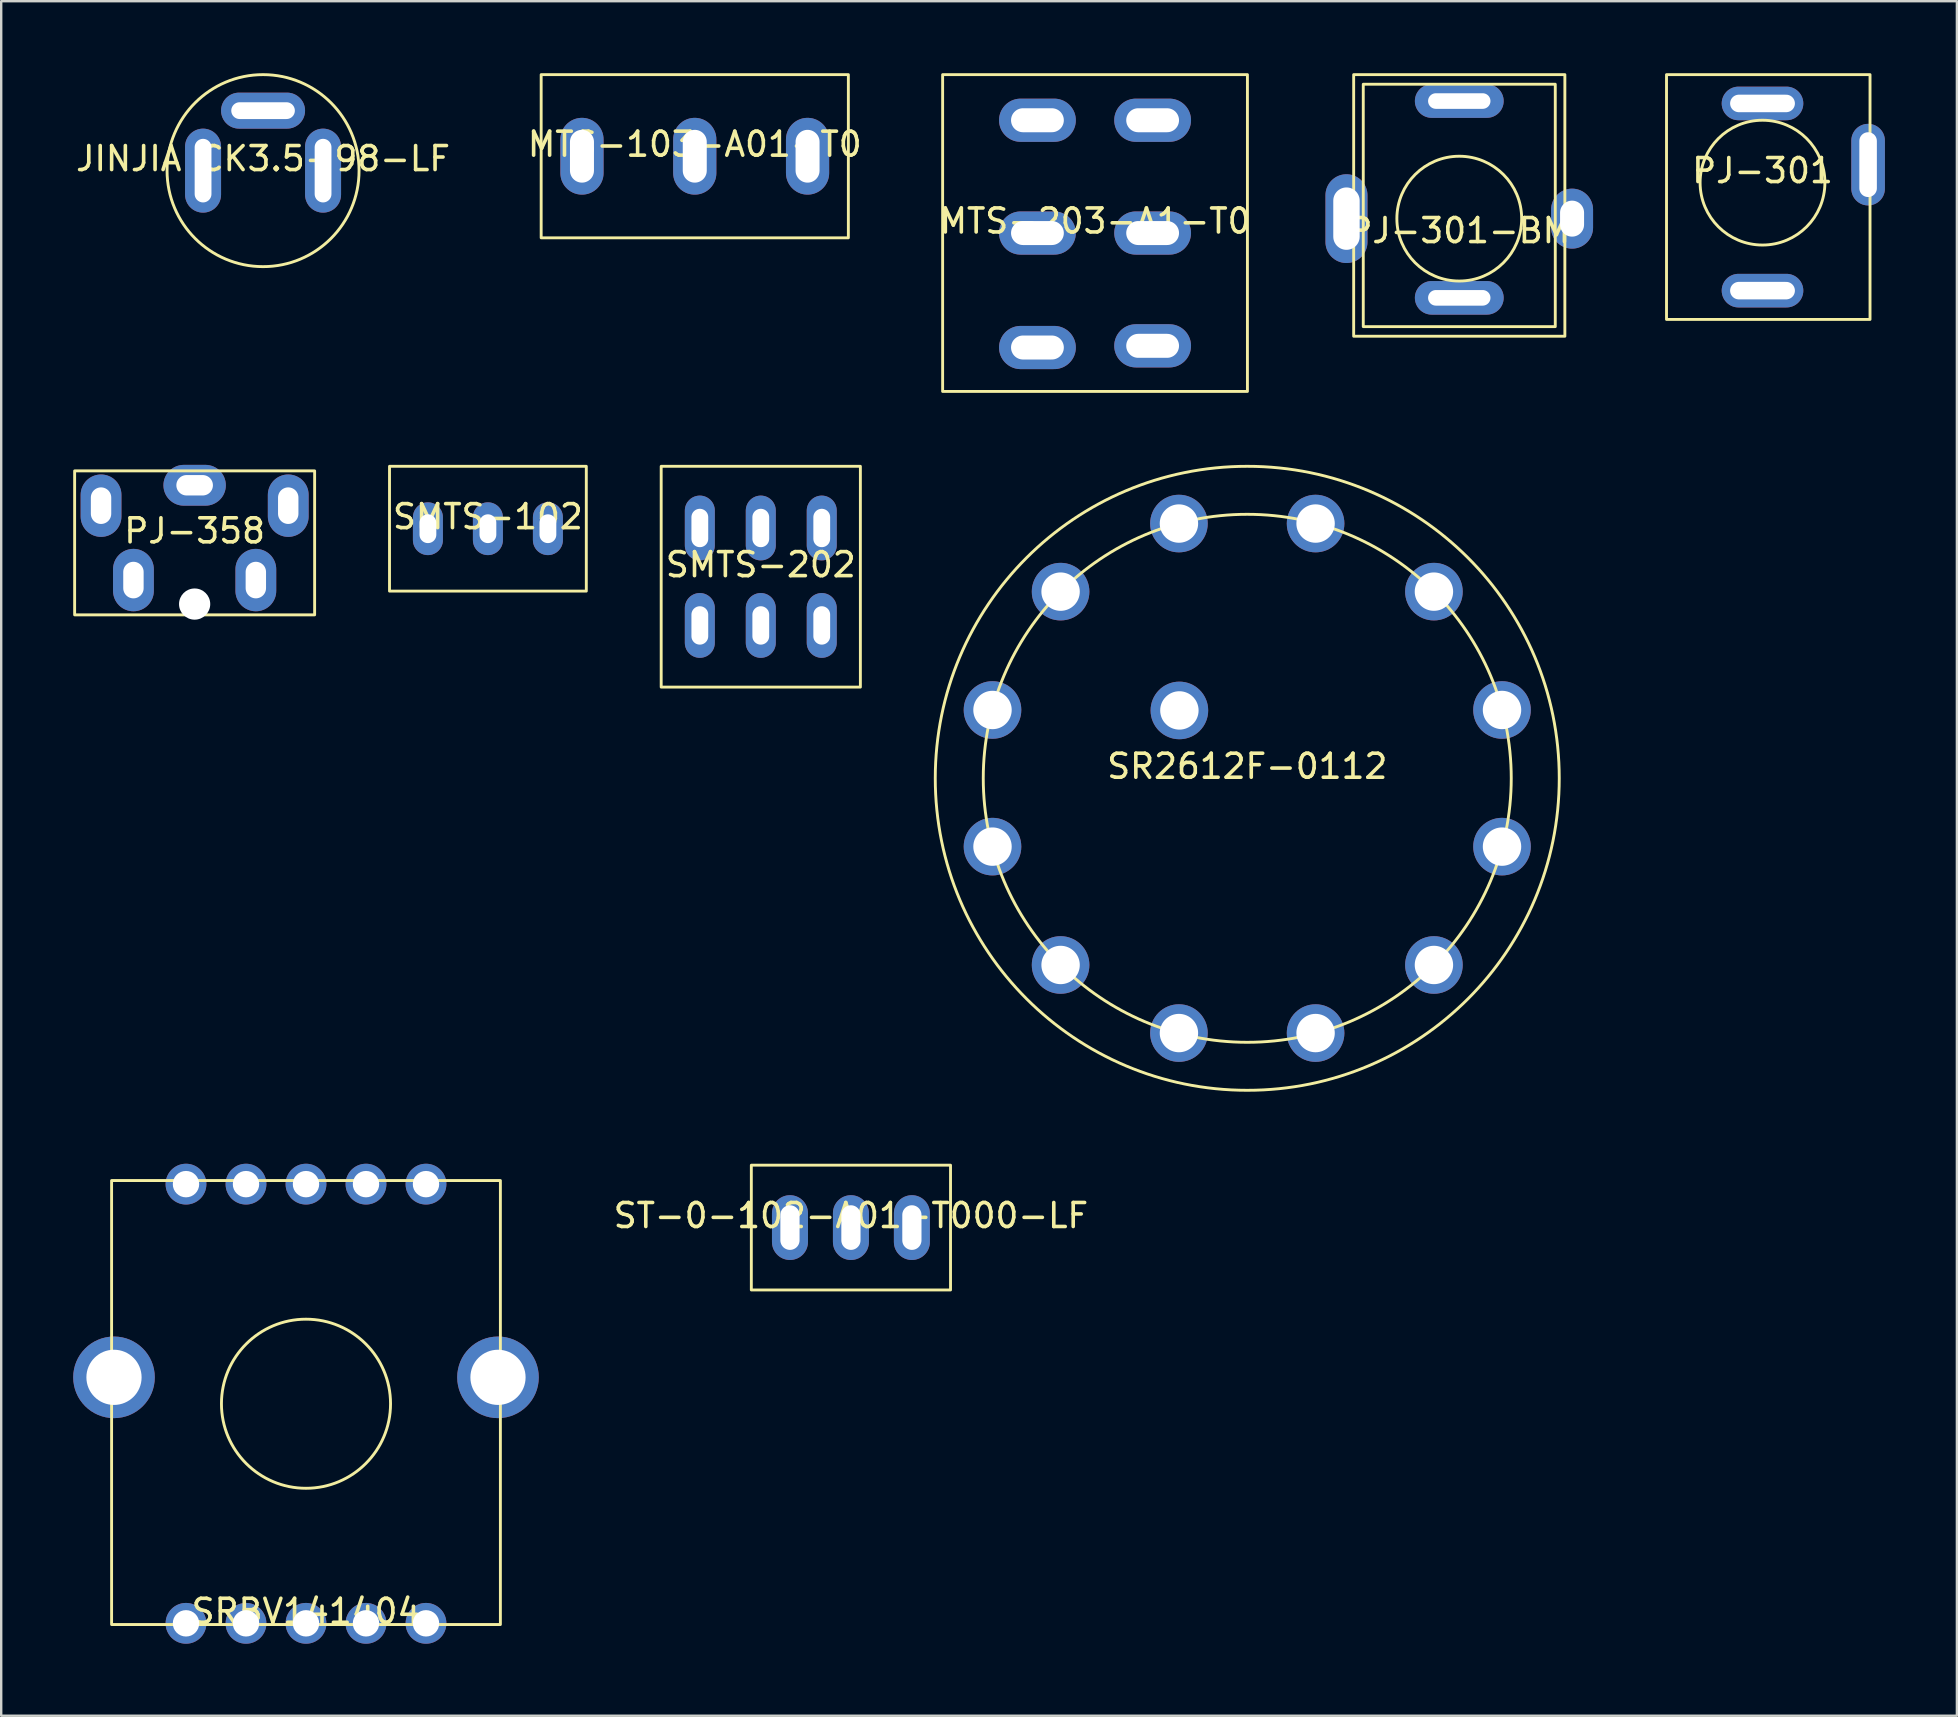
<source format=kicad_pcb>
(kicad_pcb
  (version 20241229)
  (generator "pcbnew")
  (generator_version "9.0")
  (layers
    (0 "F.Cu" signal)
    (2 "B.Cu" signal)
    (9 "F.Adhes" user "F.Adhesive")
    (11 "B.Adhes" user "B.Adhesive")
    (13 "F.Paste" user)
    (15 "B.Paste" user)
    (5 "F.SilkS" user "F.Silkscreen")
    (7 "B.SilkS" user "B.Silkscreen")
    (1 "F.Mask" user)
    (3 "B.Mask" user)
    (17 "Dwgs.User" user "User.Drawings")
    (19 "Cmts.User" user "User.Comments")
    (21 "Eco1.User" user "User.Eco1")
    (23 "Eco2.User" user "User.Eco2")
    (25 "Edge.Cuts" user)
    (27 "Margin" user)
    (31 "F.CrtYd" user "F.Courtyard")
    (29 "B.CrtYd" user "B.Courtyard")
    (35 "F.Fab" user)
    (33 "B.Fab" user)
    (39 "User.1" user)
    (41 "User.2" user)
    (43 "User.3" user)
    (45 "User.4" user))
  (footprint "JINJIA CK3.5-98-LF"
    (layer "F.Cu")
    (at 7.911 4.06)
    (property "Reference" "JINJIA CK3.5-98-LF" (at 0 -0.5 0) (unlocked yes) (layer "F.SilkS") (effects (font (size 1 1) (thickness 0.15))))
    (attr through_hole)
    (fp_circle (center 0 0) (end 4 0) (stroke (width 0.12) (type default)) (fill no) (layer "F.SilkS"))
    (pad "1" thru_hole oval (at 0 -2.5 270) (size 1.5 3.5) (drill oval 0.7 2.65) (layers "*.Cu" "*.Mask"))
    (pad "2" thru_hole oval (at 2.5 0) (size 1.5 3.5) (drill oval 0.7 2.65) (layers "*.Cu" "*.Mask"))
    (pad "3" thru_hole oval (at -2.5 0 180) (size 1.5 3.5) (drill oval 0.7 2.65) (layers "*.Cu" "*.Mask")))
  (footprint "PJ-358"
    (layer "F.Cu")
    (at 5.06 19.57)
    (property "Reference" "PJ-358" (at 0 -0.5 0) (unlocked yes) (layer "F.SilkS") (effects (font (size 1 1) (thickness 0.15))))
    (attr through_hole)
    (fp_rect (start -5 3) (end 5 -3) (stroke (width 0.12) (type default)) (fill no) (layer "F.SilkS"))
    (pad "" np_thru_hole circle (at 0 2.55 90) (size 1.3 1.3) (drill 1.3) (layers "*.Cu" "*.Mask"))
    (pad "S" thru_hole oval (at 0 -2.4 90) (size 1.7 2.6) (drill oval 0.85 1.524) (layers "*.Cu" "*.Mask"))
    (pad "T" thru_hole oval (at -3.9 -1.55) (size 1.7 2.6) (drill oval 0.85 1.524) (layers "*.Cu" "*.Mask"))
    (pad "T" thru_hole oval (at -2.55 1.55) (size 1.7 2.6) (drill oval 0.85 1.524) (layers "*.Cu" "*.Mask"))
    (pad "T2" thru_hole oval (at 2.55 1.55) (size 1.7 2.6) (drill oval 0.85 1.524) (layers "*.Cu" "*.Mask"))
    (pad "T2" thru_hole oval (at 3.9 -1.55) (size 1.7 2.6) (drill oval 0.85 1.524) (layers "*.Cu" "*.Mask")))
  (footprint "SRBV141404"
    (layer "F.Cu")
    (at 9.7 55.44)
    (property "Reference" "SRBV141404" (at 0 8.65 0) (unlocked yes) (layer "F.SilkS") (effects (font (size 1 1) (thickness 0.15))))
    (attr through_hole)
    (fp_rect (start -8.1 -9.3) (end 8.1 9.2) (stroke (width 0.12) (type default)) (fill no) (layer "F.SilkS"))
    (fp_circle (center 0 0) (end 2 -2.9) (stroke (width 0.12) (type default)) (fill no) (layer "F.SilkS"))
    (pad "1" thru_hole circle (at 5 9.15) (size 1.7 1.7) (drill 1.1) (layers "*.Cu" "*.Mask"))
    (pad "2" thru_hole circle (at 2.5 9.15) (size 1.7 1.7) (drill 1.1) (layers "*.Cu" "*.Mask"))
    (pad "3" thru_hole circle (at -8 -1.1) (size 3.4 3.4) (drill 2.3) (layers "*.Cu" "*.Mask"))
    (pad "3" thru_hole circle (at 0 9.15) (size 1.7 1.7) (drill 1.1) (layers "*.Cu" "*.Mask"))
    (pad "3" thru_hole circle (at 8 -1.1) (size 3.4 3.4) (drill 2.3) (layers "*.Cu" "*.Mask"))
    (pad "4" thru_hole circle (at -2.5 9.15) (size 1.7 1.7) (drill 1.1) (layers "*.Cu" "*.Mask"))
    (pad "5" thru_hole circle (at -5 9.15) (size 1.7 1.7) (drill 1.1) (layers "*.Cu" "*.Mask"))
    (pad "6" thru_hole circle (at -5 -9.15) (size 1.7 1.7) (drill 1.1) (layers "*.Cu" "*.Mask"))
    (pad "7" thru_hole circle (at -2.5 -9.15) (size 1.7 1.7) (drill 1.1) (layers "*.Cu" "*.Mask"))
    (pad "8" thru_hole circle (at 0 -9.15) (size 1.7 1.7) (drill 1.1) (layers "*.Cu" "*.Mask"))
    (pad "9" thru_hole circle (at 2.5 -9.15) (size 1.7 1.7) (drill 1.1) (layers "*.Cu" "*.Mask"))
    (pad "10" thru_hole circle (at 5 -9.15) (size 1.7 1.7) (drill 1.1) (layers "*.Cu" "*.Mask")))
  (footprint "MTS-103-A01-T0"
    (layer "F.Cu")
    (at 25.899 3.46)
    (property "Reference" "MTS-103-A01-T0" (at 0 -0.5 0) (unlocked yes) (layer "F.SilkS") (effects (font (size 1 1) (thickness 0.15))))
    (attr through_hole)
    (fp_rect (start -6.4 -3.4) (end 6.4 3.4) (stroke (width 0.12) (type default)) (fill no) (layer "F.SilkS"))
    (pad "1" thru_hole oval (at 4.7 0 270) (size 3.2 1.8) (drill oval 2.2 1) (layers "*.Cu" "*.Mask"))
    (pad "2" thru_hole oval (at 0 0 270) (size 3.2 1.8) (drill oval 2.2 1) (layers "*.Cu" "*.Mask"))
    (pad "3" thru_hole oval (at -4.7 0 270) (size 3.2 1.8) (drill oval 2.2 1) (layers "*.Cu" "*.Mask")))
  (footprint "SMTS-202"
    (layer "F.Cu")
    (at 28.65 20.98)
    (property "Reference" "SMTS-202" (at 0 -0.5 0) (unlocked yes) (layer "F.SilkS") (effects (font (size 1 1) (thickness 0.15))))
    (attr smd)
    (fp_rect (start -4.15 -4.6) (end 4.15 4.6) (stroke (width 0.12) (type default)) (fill no) (layer "F.SilkS"))
    (pad "1" thru_hole oval (at -2.54 -2.03 270) (size 2.7 1.25) (drill oval 1.6 0.7) (layers "*.Cu" "*.Mask"))
    (pad "2" thru_hole oval (at 0 -2.03 270) (size 2.7 1.25) (drill oval 1.6 0.7) (layers "*.Cu" "*.Mask"))
    (pad "3" thru_hole oval (at 2.54 -2.03 270) (size 2.7 1.25) (drill oval 1.6 0.7) (layers "*.Cu" "*.Mask"))
    (pad "4" thru_hole oval (at -2.54 2.03 270) (size 2.7 1.25) (drill oval 1.6 0.7) (layers "*.Cu" "*.Mask"))
    (pad "5" thru_hole oval (at 0 2.03 270) (size 2.7 1.25) (drill oval 1.6 0.7) (layers "*.Cu" "*.Mask"))
    (pad "6" thru_hole oval (at 2.54 2.03 270) (size 2.7 1.25) (drill oval 1.6 0.7) (layers "*.Cu" "*.Mask")))
  (footprint "ST-0-102-A01-T000-LF"
    (layer "F.Cu")
    (at 32.406 48.1)
    (property "Reference" "ST-0-102-A01-T000-LF" (at 0 -0.5 0) (unlocked yes) (layer "F.SilkS") (effects (font (size 1 1) (thickness 0.15))))
    (attr through_hole)
    (fp_rect (start -4.15 -2.6) (end 4.15 2.6) (stroke (width 0.12) (type default)) (fill no) (layer "F.SilkS"))
    (pad "1" thru_hole oval (at -2.54 0 90) (size 2.7 1.5) (drill oval 1.86 0.8) (layers "*.Cu" "*.Mask"))
    (pad "2" thru_hole oval (at 0 0 90) (size 2.7 1.5) (drill oval 1.86 0.8) (layers "*.Cu" "*.Mask"))
    (pad "3" thru_hole oval (at 2.54 0 90) (size 2.7 1.5) (drill oval 1.86 0.8) (layers "*.Cu" "*.Mask")))
  (footprint "PJ-301-BM"
    (layer "F.Cu")
    (at 57.754 6.06)
    (property "Reference" "PJ-301-BM" (at 0 0.5 0) (unlocked yes) (layer "F.SilkS") (effects (font (size 1 1) (thickness 0.15))))
    (attr through_hole)
    (fp_rect (start -4.4 -6) (end 4.4 4.9) (stroke (width 0.12) (type default)) (fill no) (layer "F.SilkS"))
    (fp_rect (start -4 -5.6) (end 4 4.5) (stroke (width 0.12) (type default)) (fill no) (layer "F.SilkS"))
    (fp_circle (center 0 0) (end 2.6 0) (stroke (width 0.12) (type default)) (fill no) (layer "F.SilkS"))
    (pad "S" thru_hole oval (at -4.7 0 90) (size 3.7 1.75) (drill oval 2.6 1.1) (layers "*.Cu" "*.Mask"))
    (pad "S" thru_hole oval (at 4.7 0 90) (size 2.5 1.75) (drill oval 1.5 1) (layers "*.Cu" "*.Mask"))
    (pad "T" thru_hole oval (at 0 -4.9 180) (size 3.7 1.4) (drill oval 2.6 0.65) (layers "*.Cu" "*.Mask"))
    (pad "T" thru_hole oval (at 0 3.3 180) (size 3.7 1.4) (drill oval 2.6 0.65) (layers "*.Cu" "*.Mask")))
  (footprint "MTS-203-A1-T0"
    (layer "F.Cu")
    (at 42.577 6.66)
    (property "Reference" "MTS-203-A1-T0" (at 0 -0.5 0) (unlocked yes) (layer "F.SilkS") (effects (font (size 1 1) (thickness 0.15))))
    (attr through_hole)
    (fp_rect (start -6.35 -6.6) (end 6.35 6.6) (stroke (width 0.12) (type default)) (fill no) (layer "F.SilkS"))
    (pad "1" thru_hole oval (at -2.4 4.77) (size 3.2 1.8) (drill oval 2.2 1) (layers "*.Cu" "*.Mask"))
    (pad "2" thru_hole oval (at -2.4 0) (size 3.2 1.8) (drill oval 2.2 1) (layers "*.Cu" "*.Mask"))
    (pad "3" thru_hole oval (at -2.4 -4.7) (size 3.2 1.8) (drill oval 2.2 1) (layers "*.Cu" "*.Mask"))
    (pad "4" thru_hole oval (at 2.4 4.7) (size 3.2 1.8) (drill oval 2.2 1) (layers "*.Cu" "*.Mask"))
    (pad "5" thru_hole oval (at 2.4 0) (size 3.2 1.8) (drill oval 2.2 1) (layers "*.Cu" "*.Mask"))
    (pad "6" thru_hole oval (at 2.4 -4.7) (size 3.2 1.8) (drill oval 2.2 1) (layers "*.Cu" "*.Mask")))
  (footprint "SMTS-102"
    (layer "F.Cu")
    (at 17.28 18.98)
    (property "Reference" "SMTS-102" (at 0 -0.5 0) (unlocked yes) (layer "F.SilkS") (effects (font (size 1 1) (thickness 0.15))))
    (attr smd)
    (fp_rect (start -4.1 -2.6) (end 4.1 2.6) (stroke (width 0.12) (type default)) (fill no) (layer "F.SilkS"))
    (pad "1" thru_hole oval (at 2.5 0 270) (size 2.2 1.25) (drill oval 1.2 0.7) (layers "*.Cu" "*.Mask"))
    (pad "2" thru_hole oval (at 0 0 270) (size 2.2 1.25) (drill oval 1.2 0.7) (layers "*.Cu" "*.Mask"))
    (pad "3" thru_hole oval (at -2.5 0 270) (size 2.2 1.25) (drill oval 1.2 0.7) (layers "*.Cu" "*.Mask")))
  (footprint "PJ-301"
    (layer "F.Cu")
    (at 70.389 4.56)
    (property "Reference" "PJ-301" (at 0 -0.5 0) (unlocked yes) (layer "F.SilkS") (effects (font (size 1 1) (thickness 0.15))))
    (attr through_hole)
    (fp_rect (start -4 -4.5) (end 4.48 5.7) (stroke (width 0.12) (type default)) (fill no) (layer "F.SilkS"))
    (fp_circle (center 0 0) (end 2.6 0) (stroke (width 0.12) (type default)) (fill no) (layer "F.SilkS"))
    (pad "R" thru_hole oval (at 0 4.5 180) (size 3.4 1.4) (drill oval 2.7 0.73) (layers "*.Cu" "*.Mask"))
    (pad "S" thru_hole oval (at 4.4 -0.75 90) (size 3.4 1.4) (drill oval 2.7 0.73) (layers "*.Cu" "*.Mask"))
    (pad "T" thru_hole oval (at 0 -3.3 180) (size 3.4 1.4) (drill oval 2.7 0.73) (layers "*.Cu" "*.Mask")))
  (footprint "SR2612F-0112"
    (layer "F.Cu")
    (at 48.92 29.38)
    (property "Reference" "SR2612F-0112" (at 0 -0.5 0) (unlocked yes) (layer "F.SilkS") (effects (font (size 1 1) (thickness 0.15))))
    (attr through_hole)
    (fp_circle (center 0 0) (end 11 0) (stroke (width 0.12) (type default)) (fill no) (layer "F.SilkS"))
    (fp_circle (center 0 0) (end 13 0) (stroke (width 0.12) (type default)) (fill no) (layer "F.SilkS"))
    (pad "1" thru_hole circle (at -10.615 -2.847 270) (size 2.4 2.4) (drill 1.6) (layers "*.Cu" "*.Mask"))
    (pad "2" thru_hole circle (at -7.778 -7.778 270) (size 2.4 2.4) (drill 1.6) (layers "*.Cu" "*.Mask"))
    (pad "3" thru_hole circle (at -2.847 -10.615 270) (size 2.4 2.4) (drill 1.6) (layers "*.Cu" "*.Mask"))
    (pad "4" thru_hole circle (at 2.847 -10.615 270) (size 2.4 2.4) (drill 1.6) (layers "*.Cu" "*.Mask"))
    (pad "5" thru_hole circle (at 7.778 -7.778 270) (size 2.4 2.4) (drill 1.6) (layers "*.Cu" "*.Mask"))
    (pad "6" thru_hole circle (at 10.615 -2.847 270) (size 2.4 2.4) (drill 1.6) (layers "*.Cu" "*.Mask"))
    (pad "7" thru_hole circle (at 10.615 2.847 270) (size 2.4 2.4) (drill 1.6) (layers "*.Cu" "*.Mask"))
    (pad "8" thru_hole circle (at 7.778 7.778 270) (size 2.4 2.4) (drill 1.6) (layers "*.Cu" "*.Mask"))
    (pad "9" thru_hole circle (at 2.847 10.615 270) (size 2.4 2.4) (drill 1.6) (layers "*.Cu" "*.Mask"))
    (pad "10" thru_hole circle (at -2.847 10.615 270) (size 2.4 2.4) (drill 1.6) (layers "*.Cu" "*.Mask"))
    (pad "11" thru_hole circle (at -7.778 7.778 270) (size 2.4 2.4) (drill 1.6) (layers "*.Cu" "*.Mask"))
    (pad "12" thru_hole circle (at -10.615 2.847 270) (size 2.4 2.4) (drill 1.6) (layers "*.Cu" "*.Mask"))
    (pad "13" thru_hole circle (at -2.828 -2.828 270) (size 2.4 2.4) (drill 1.6) (layers "*.Cu" "*.Mask")))
  (gr_rect
    (start -3 -3)
    (end 78.489 68.44)
    (stroke (width 0.1) (type default))
    (fill no)
    (layer "Edge.Cuts")))
</source>
